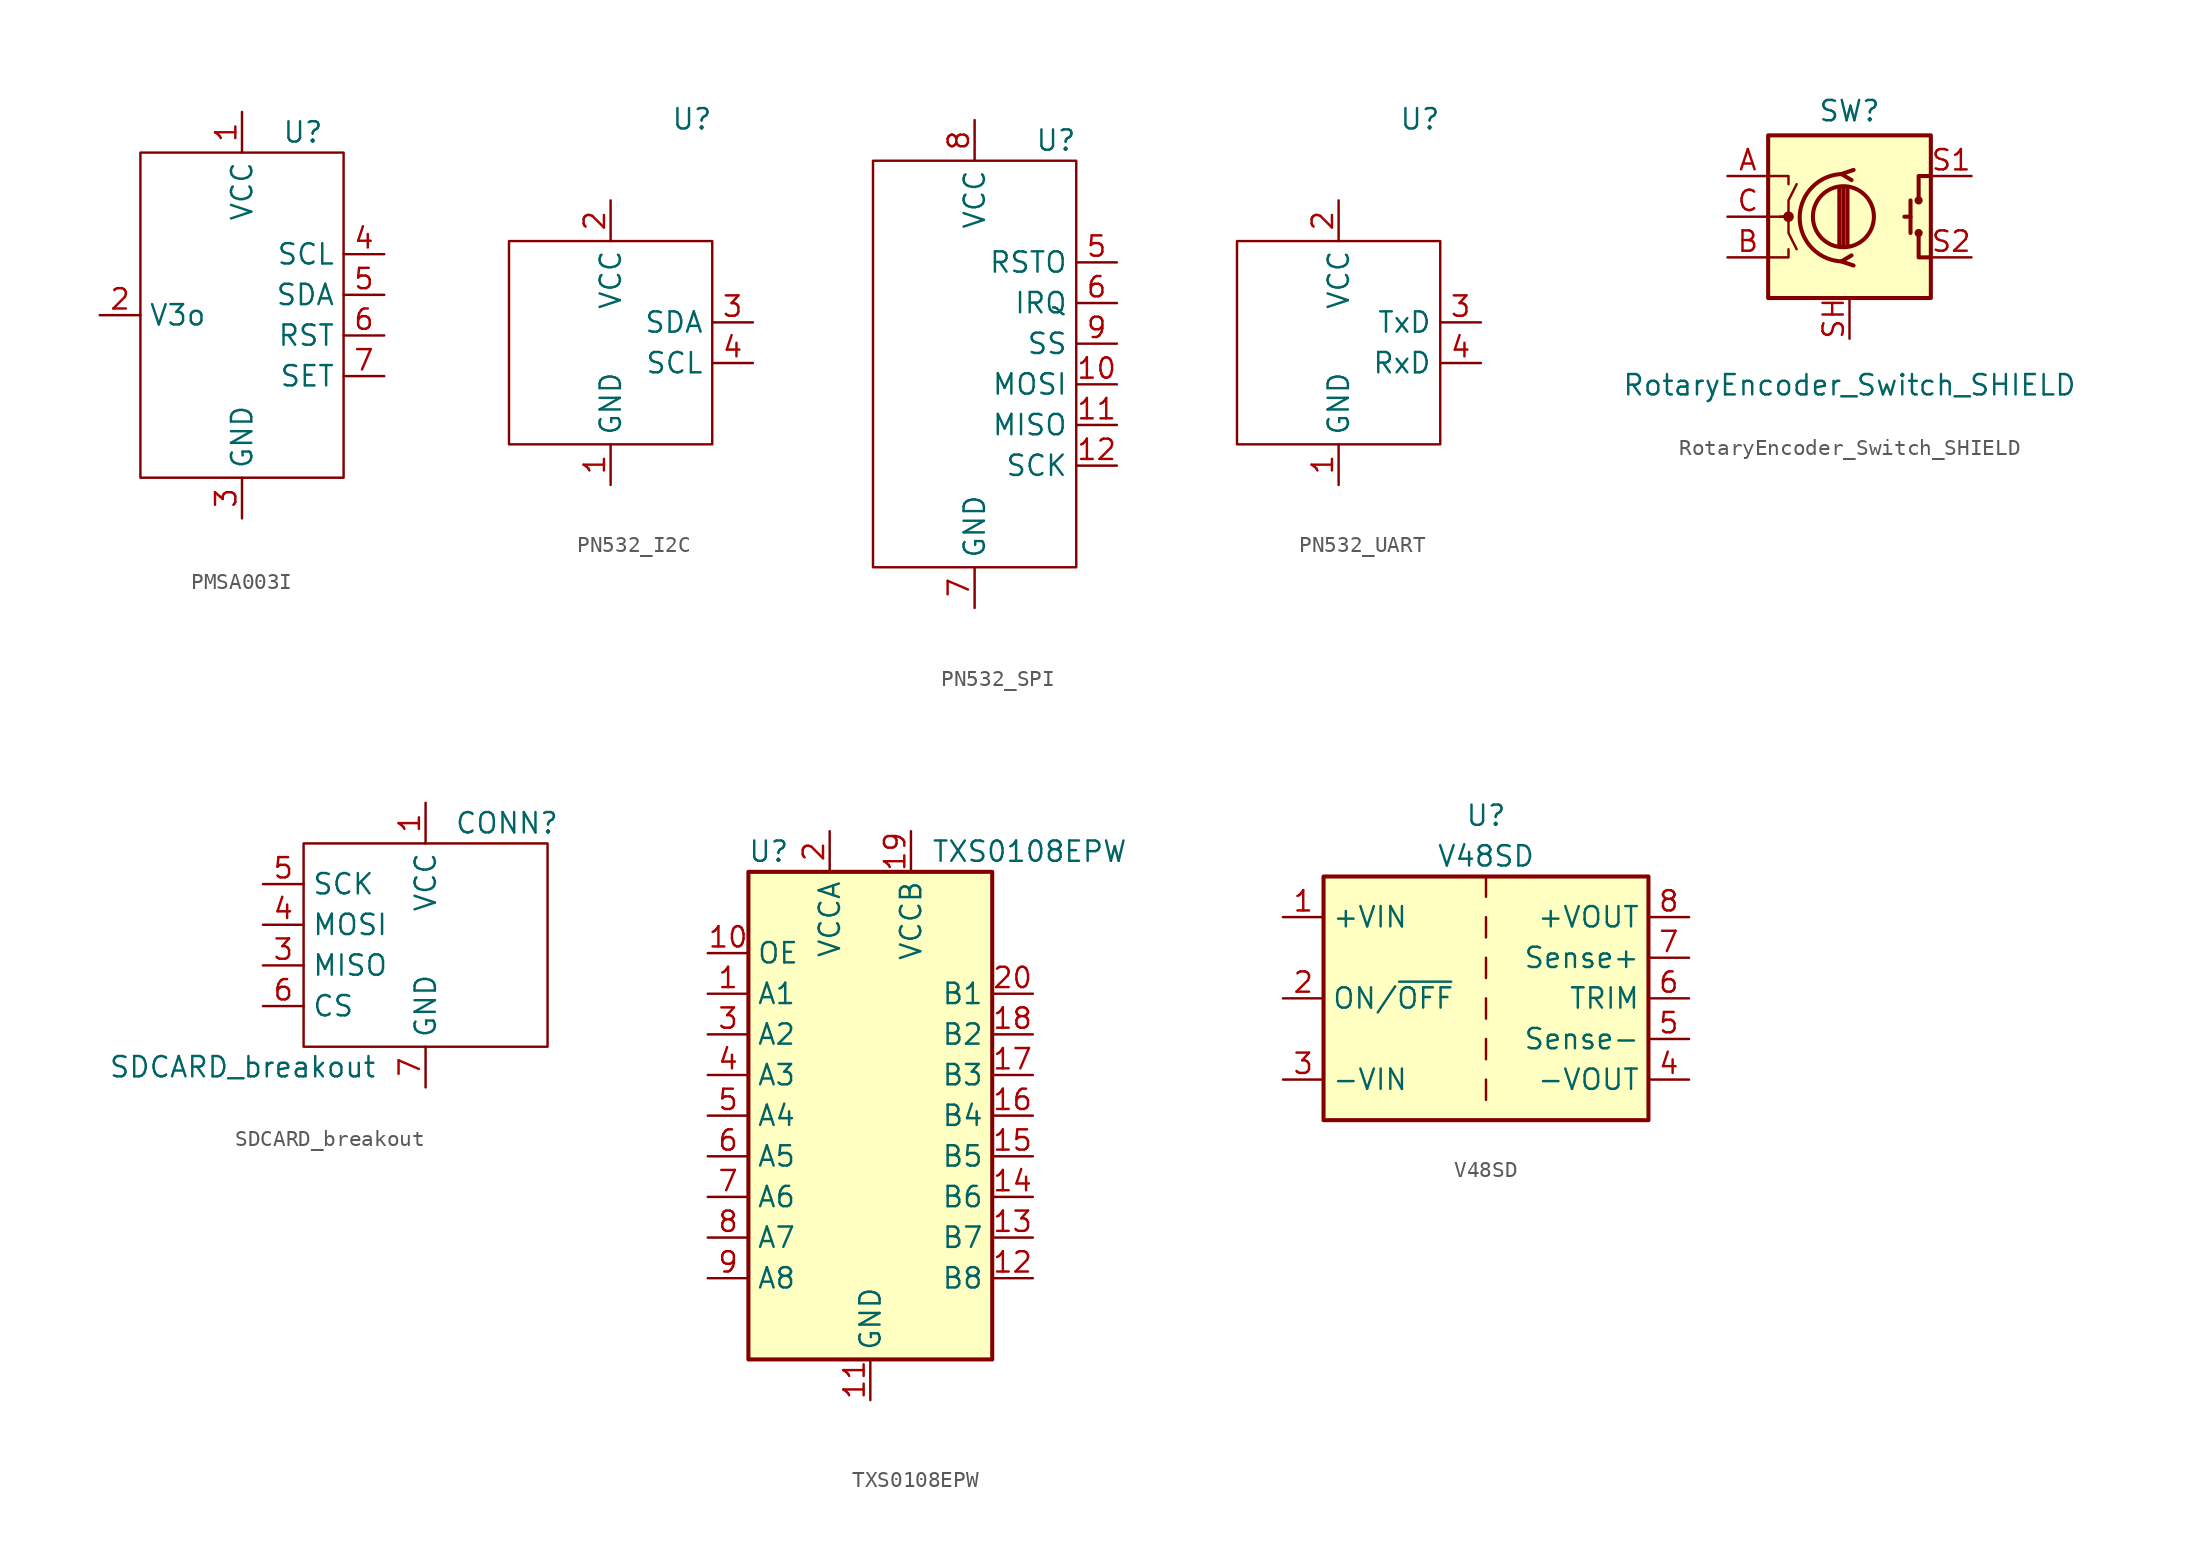
<source format=kicad_sym>
(kicad_symbol_lib
  (version 20220914)
  (generator kicad_symbol_editor)
  (symbol "PMSA003I"
    (property "Reference" "U"
      (at 3.81 11.43 0)
      (effects (font (size 1.27 1.27))))
    (property "Value" ""
      (at 0 0 0)
      (effects (font (size 1.27 1.27))))
    (symbol "PMSA003I_0_1"
      (rectangle (start -6.35 10.16) (end 6.35 -10.16) (stroke (width 0) (type default)) (fill (type none))))
    (symbol "PMSA003I_1_1"
      (pin power_in line (at 0 12.7 270) (length 2.54) (name "VCC" (effects (font (size 1.27 1.27)))) (number "1" (effects (font (size 1.27 1.27)))))
      (pin power_out line (at -8.89 0 0) (length 2.54) (name "V3o" (effects (font (size 1.27 1.27)))) (number "2" (effects (font (size 1.27 1.27)))))
      (pin power_in line (at 0 -12.7 90) (length 2.54) (name "GND" (effects (font (size 1.27 1.27)))) (number "3" (effects (font (size 1.27 1.27)))))
      (pin input line (at 8.89 3.81 180) (length 2.54) (name "SCL" (effects (font (size 1.27 1.27)))) (number "4" (effects (font (size 1.27 1.27)))))
      (pin bidirectional line (at 8.89 1.27 180) (length 2.54) (name "SDA" (effects (font (size 1.27 1.27)))) (number "5" (effects (font (size 1.27 1.27)))))
      (pin input line (at 8.89 -1.27 180) (length 2.54) (name "RST" (effects (font (size 1.27 1.27)))) (number "6" (effects (font (size 1.27 1.27)))))
      (pin input line (at 8.89 -3.81 180) (length 2.54) (name "SET" (effects (font (size 1.27 1.27)))) (number "7" (effects (font (size 1.27 1.27)))))))
  (symbol "PN532_I2C"
    (property "Reference" "U"
      (at 5.08 13.97 0)
      (effects (font (size 1.27 1.27))))
    (property "Value" ""
      (at 0 0 0)
      (effects (font (size 1.27 1.27))))
    (symbol "PN532_I2C_0_1"
      (rectangle (start -6.35 6.35) (end 6.35 -6.35) (stroke (width 0) (type default)) (fill (type none))))
    (symbol "PN532_I2C_1_1"
      (pin power_in line (at 0 -8.89 90) (length 2.54) (name "GND" (effects (font (size 1.27 1.27)))) (number "1" (effects (font (size 1.27 1.27)))))
      (pin power_in line (at 0 8.89 270) (length 2.54) (name "VCC" (effects (font (size 1.27 1.27)))) (number "2" (effects (font (size 1.27 1.27)))))
      (pin bidirectional line (at 8.89 1.27 180) (length 2.54) (name "SDA" (effects (font (size 1.27 1.27)))) (number "3" (effects (font (size 1.27 1.27)))))
      (pin bidirectional line (at 8.89 -1.27 180) (length 2.54) (name "SCL" (effects (font (size 1.27 1.27)))) (number "4" (effects (font (size 1.27 1.27)))))))
  (symbol "PN532_SPI"
    (property "Reference" "U"
      (at 5.08 13.97 0)
      (effects (font (size 1.27 1.27))))
    (property "Value" ""
      (at 0 0 0)
      (effects (font (size 1.27 1.27))))
    (symbol "PN532_SPI_0_1"
      (rectangle (start -6.35 12.7) (end 6.35 -12.7) (stroke (width 0) (type default)) (fill (type none))))
    (symbol "PN532_SPI_1_1"
      (pin input line (at 8.89 -1.27 180) (length 2.54) (name "MOSI" (effects (font (size 1.27 1.27)))) (number "10" (effects (font (size 1.27 1.27)))))
      (pin output line (at 8.89 -3.81 180) (length 2.54) (name "MISO" (effects (font (size 1.27 1.27)))) (number "11" (effects (font (size 1.27 1.27)))))
      (pin input line (at 8.89 -6.35 180) (length 2.54) (name "SCK" (effects (font (size 1.27 1.27)))) (number "12" (effects (font (size 1.27 1.27)))))
      (pin input line (at 8.89 6.35 180) (length 2.54) (name "RSTO" (effects (font (size 1.27 1.27)))) (number "5" (effects (font (size 1.27 1.27)))))
      (pin open_collector line (at 8.89 3.81 180) (length 2.54) (name "IRQ" (effects (font (size 1.27 1.27)))) (number "6" (effects (font (size 1.27 1.27)))))
      (pin power_in line (at 0 -15.24 90) (length 2.54) (name "GND" (effects (font (size 1.27 1.27)))) (number "7" (effects (font (size 1.27 1.27)))))
      (pin power_in line (at 0 15.24 270) (length 2.54) (name "VCC" (effects (font (size 1.27 1.27)))) (number "8" (effects (font (size 1.27 1.27)))))
      (pin input line (at 8.89 1.27 180) (length 2.54) (name "SS" (effects (font (size 1.27 1.27)))) (number "9" (effects (font (size 1.27 1.27)))))))
  (symbol "PN532_UART"
    (property "Reference" "U"
      (at 5.08 13.97 0)
      (effects (font (size 1.27 1.27))))
    (property "Value" ""
      (at 0 0 0)
      (effects (font (size 1.27 1.27))))
    (symbol "PN532_UART_0_1"
      (rectangle (start -6.35 6.35) (end 6.35 -6.35) (stroke (width 0) (type default)) (fill (type none))))
    (symbol "PN532_UART_1_1"
      (pin power_in line (at 0 -8.89 90) (length 2.54) (name "GND" (effects (font (size 1.27 1.27)))) (number "1" (effects (font (size 1.27 1.27)))))
      (pin power_in line (at 0 8.89 270) (length 2.54) (name "VCC" (effects (font (size 1.27 1.27)))) (number "2" (effects (font (size 1.27 1.27)))))
      (pin bidirectional line (at 8.89 1.27 180) (length 2.54) (name "TxD" (effects (font (size 1.27 1.27)))) (number "3" (effects (font (size 1.27 1.27)))))
      (pin bidirectional line (at 8.89 -1.27 180) (length 2.54) (name "RxD" (effects (font (size 1.27 1.27)))) (number "4" (effects (font (size 1.27 1.27)))))))
  (symbol "RotaryEncoder_Switch_SHIELD"
    (pin_names
      (offset 0.254) hide)
    (property "Reference" "SW"
      (at 0 6.604 0)
      (effects (font (size 1.27 1.27))))
    (property "Value" "RotaryEncoder_Switch_SHIELD"
      (at 0 -10.516 0)
      (effects (font (size 1.27 1.27))))
    (symbol "RotaryEncoder_Switch_SHIELD_0_1"
      (rectangle (start -5.08 5.08) (end 5.08 -5.08) (stroke (width 0.254) (type default)) (fill (type background)))
      (circle (center -3.81 0) (radius 0.254) (stroke (width 0) (type default)) (fill (type outline)))
      (circle (center -0.381 0) (radius 1.905) (stroke (width 0.254) (type default)) (fill (type none)))
      (arc (start -0.381 2.667) (mid -3.0988 -0.0635) (end -0.381 -2.794) (stroke (width 0.254) (type default)) (fill (type none)))
      (polyline (pts (xy -0.635 -1.778) (xy -0.635 1.778)) (stroke (width 0.254) (type default)) (fill (type none)))
      (polyline (pts (xy -0.381 -1.778) (xy -0.381 1.778)) (stroke (width 0.254) (type default)) (fill (type none)))
      (polyline (pts (xy -0.127 1.778) (xy -0.127 -1.778)) (stroke (width 0.254) (type default)) (fill (type none)))
      (polyline (pts (xy 3.81 0) (xy 3.429 0)) (stroke (width 0.254) (type default)) (fill (type none)))
      (polyline (pts (xy 3.81 1.016) (xy 3.81 -1.016)) (stroke (width 0.254) (type default)) (fill (type none)))
      (polyline (pts (xy -5.08 -2.54) (xy -3.81 -2.54) (xy -3.81 -2.032)) (stroke (width 0) (type default)) (fill (type none)))
      (polyline (pts (xy -5.08 2.54) (xy -3.81 2.54) (xy -3.81 2.032)) (stroke (width 0) (type default)) (fill (type none)))
      (polyline (pts (xy 0.254 -3.048) (xy -0.508 -2.794) (xy 0.127 -2.413)) (stroke (width 0.254) (type default)) (fill (type none)))
      (polyline (pts (xy 0.254 2.921) (xy -0.508 2.667) (xy 0.127 2.286)) (stroke (width 0.254) (type default)) (fill (type none)))
      (polyline (pts (xy 5.08 -2.54) (xy 4.318 -2.54) (xy 4.318 -1.016)) (stroke (width 0.254) (type default)) (fill (type none)))
      (polyline (pts (xy 5.08 2.54) (xy 4.318 2.54) (xy 4.318 1.016)) (stroke (width 0.254) (type default)) (fill (type none)))
      (polyline (pts (xy -5.08 0) (xy -3.81 0) (xy -3.81 -1.016) (xy -3.302 -2.032)) (stroke (width 0) (type default)) (fill (type none)))
      (polyline (pts (xy -4.318 0) (xy -3.81 0) (xy -3.81 1.016) (xy -3.302 2.032)) (stroke (width 0) (type default)) (fill (type none)))
      (circle (center 4.318 -1.016) (radius 0.127) (stroke (width 0.254) (type default)) (fill (type none)))
      (circle (center 4.318 1.016) (radius 0.127) (stroke (width 0.254) (type default)) (fill (type none))))
    (symbol "RotaryEncoder_Switch_SHIELD_1_1"
      (pin passive line (at -7.62 2.54 0) (length 2.54) (name "A" (effects (font (size 1.27 1.27)))) (number "A" (effects (font (size 1.27 1.27)))))
      (pin passive line (at -7.62 -2.54 0) (length 2.54) (name "B" (effects (font (size 1.27 1.27)))) (number "B" (effects (font (size 1.27 1.27)))))
      (pin passive line (at -7.62 0 0) (length 2.54) (name "C" (effects (font (size 1.27 1.27)))) (number "C" (effects (font (size 1.27 1.27)))))
      (pin passive line (at 7.62 2.54 180) (length 2.54) (name "S1" (effects (font (size 1.27 1.27)))) (number "S1" (effects (font (size 1.27 1.27)))))
      (pin passive line (at 7.62 -2.54 180) (length 2.54) (name "S2" (effects (font (size 1.27 1.27)))) (number "S2" (effects (font (size 1.27 1.27)))))
      (pin passive line (at 0 -7.62 90) (length 2.54) (name "S2" (effects (font (size 1.27 1.27)))) (number "SH" (effects (font (size 1.27 1.27)))))))
  (symbol "SDCARD_breakout"
    (property "Reference" "CONN"
      (at 5.08 7.62 0)
      (effects (font (size 1.27 1.27))))
    (property "Value" "SDCARD_breakout"
      (at -11.43 -7.62 0)
      (effects (font (size 1.27 1.27))))
    (symbol "SDCARD_breakout_0_1"
      (rectangle (start -7.62 6.35) (end 7.62 -6.35) (stroke (width 0) (type default)) (fill (type none))))
    (symbol "SDCARD_breakout_1_1"
      (pin power_in line (at 0 8.89 270) (length 2.54) (name "VCC" (effects (font (size 1.27 1.27)))) (number "1" (effects (font (size 1.27 1.27)))))
      (pin tri_state line (at -10.16 -1.27 0) (length 2.54) (name "MISO" (effects (font (size 1.27 1.27)))) (number "3" (effects (font (size 1.27 1.27)))))
      (pin input line (at -10.16 1.27 0) (length 2.54) (name "MOSI" (effects (font (size 1.27 1.27)))) (number "4" (effects (font (size 1.27 1.27)))))
      (pin input line (at -10.16 3.81 0) (length 2.54) (name "SCK" (effects (font (size 1.27 1.27)))) (number "5" (effects (font (size 1.27 1.27)))))
      (pin input line (at -10.16 -3.81 0) (length 2.54) (name "CS" (effects (font (size 1.27 1.27)))) (number "6" (effects (font (size 1.27 1.27)))))
      (pin power_in line (at 0 -8.89 90) (length 2.54) (name "GND" (effects (font (size 1.27 1.27)))) (number "7" (effects (font (size 1.27 1.27)))))))
  (symbol "TXS0108EPW"
    (property "Reference" "U"
      (at -6.35 16.51 0)
      (effects (font (size 1.27 1.27))))
    (property "Value" "TXS0108EPW"
      (at 3.81 16.51 0)
      (effects (font (size 1.27 1.27)) (justify left)))
    (symbol "TXS0108EPW_0_1"
      (rectangle (start -7.62 15.24) (end 7.62 -15.24) (stroke (width 0.254) (type default)) (fill (type background))))
    (symbol "TXS0108EPW_1_1"
      (pin bidirectional line (at -10.16 7.62 0) (length 2.54) (name "A1" (effects (font (size 1.27 1.27)))) (number "1" (effects (font (size 1.27 1.27)))))
      (pin input line (at -10.16 10.16 0) (length 2.54) (name "OE" (effects (font (size 1.27 1.27)))) (number "10" (effects (font (size 1.27 1.27)))))
      (pin power_in line (at 0 -17.78 90) (length 2.54) (name "GND" (effects (font (size 1.27 1.27)))) (number "11" (effects (font (size 1.27 1.27)))))
      (pin bidirectional line (at 10.16 -10.16 180) (length 2.54) (name "B8" (effects (font (size 1.27 1.27)))) (number "12" (effects (font (size 1.27 1.27)))))
      (pin bidirectional line (at 10.16 -7.62 180) (length 2.54) (name "B7" (effects (font (size 1.27 1.27)))) (number "13" (effects (font (size 1.27 1.27)))))
      (pin bidirectional line (at 10.16 -5.08 180) (length 2.54) (name "B6" (effects (font (size 1.27 1.27)))) (number "14" (effects (font (size 1.27 1.27)))))
      (pin bidirectional line (at 10.16 -2.54 180) (length 2.54) (name "B5" (effects (font (size 1.27 1.27)))) (number "15" (effects (font (size 1.27 1.27)))))
      (pin bidirectional line (at 10.16 0 180) (length 2.54) (name "B4" (effects (font (size 1.27 1.27)))) (number "16" (effects (font (size 1.27 1.27)))))
      (pin bidirectional line (at 10.16 2.54 180) (length 2.54) (name "B3" (effects (font (size 1.27 1.27)))) (number "17" (effects (font (size 1.27 1.27)))))
      (pin bidirectional line (at 10.16 5.08 180) (length 2.54) (name "B2" (effects (font (size 1.27 1.27)))) (number "18" (effects (font (size 1.27 1.27)))))
      (pin power_in line (at 2.54 17.78 270) (length 2.54) (name "VCCB" (effects (font (size 1.27 1.27)))) (number "19" (effects (font (size 1.27 1.27)))))
      (pin power_in line (at -2.54 17.78 270) (length 2.54) (name "VCCA" (effects (font (size 1.27 1.27)))) (number "2" (effects (font (size 1.27 1.27)))))
      (pin bidirectional line (at 10.16 7.62 180) (length 2.54) (name "B1" (effects (font (size 1.27 1.27)))) (number "20" (effects (font (size 1.27 1.27)))))
      (pin bidirectional line (at -10.16 5.08 0) (length 2.54) (name "A2" (effects (font (size 1.27 1.27)))) (number "3" (effects (font (size 1.27 1.27)))))
      (pin bidirectional line (at -10.16 2.54 0) (length 2.54) (name "A3" (effects (font (size 1.27 1.27)))) (number "4" (effects (font (size 1.27 1.27)))))
      (pin bidirectional line (at -10.16 0 0) (length 2.54) (name "A4" (effects (font (size 1.27 1.27)))) (number "5" (effects (font (size 1.27 1.27)))))
      (pin bidirectional line (at -10.16 -2.54 0) (length 2.54) (name "A5" (effects (font (size 1.27 1.27)))) (number "6" (effects (font (size 1.27 1.27)))))
      (pin bidirectional line (at -10.16 -5.08 0) (length 2.54) (name "A6" (effects (font (size 1.27 1.27)))) (number "7" (effects (font (size 1.27 1.27)))))
      (pin bidirectional line (at -10.16 -7.62 0) (length 2.54) (name "A7" (effects (font (size 1.27 1.27)))) (number "8" (effects (font (size 1.27 1.27)))))
      (pin bidirectional line (at -10.16 -10.16 0) (length 2.54) (name "A8" (effects (font (size 1.27 1.27)))) (number "9" (effects (font (size 1.27 1.27)))))
      (pin power_in line (at 0 -17.78 90) (length 2.54) hide (name "GND" (effects (font (size 1.27 1.27)))) (number "M1" (effects (font (size 1.27 1.27)))))
      (pin power_in line (at 0 -17.78 90) (length 2.54) hide (name "GND" (effects (font (size 1.27 1.27)))) (number "M2" (effects (font (size 1.27 1.27)))))))
  (symbol "V48SD"
    (property "Reference" "U"
      (at 0 11.43 0)
      (effects (font (size 1.27 1.27))))
    (property "Value" "V48SD"
      (at 0 8.89 0)
      (effects (font (size 1.27 1.27))))
    (symbol "V48SD_0_1"
      (rectangle (start -10.16 7.62) (end 10.16 -7.62) (stroke (width 0.254) (type default)) (fill (type background)))
      (polyline (pts (xy 0 -5.08) (xy 0 -6.35)) (stroke (width 0) (type default)) (fill (type none)))
      (polyline (pts (xy 0 -2.54) (xy 0 -3.81)) (stroke (width 0) (type default)) (fill (type none)))
      (polyline (pts (xy 0 0) (xy 0 -1.27)) (stroke (width 0) (type default)) (fill (type none)))
      (polyline (pts (xy 0 2.54) (xy 0 1.27)) (stroke (width 0) (type default)) (fill (type none)))
      (polyline (pts (xy 0 5.08) (xy 0 3.81)) (stroke (width 0) (type default)) (fill (type none)))
      (polyline (pts (xy 0 7.62) (xy 0 6.35)) (stroke (width 0) (type default)) (fill (type none))))
    (symbol "V48SD_1_1"
      (pin power_in line (at -12.7 5.08 0) (length 2.54) (name "+VIN" (effects (font (size 1.27 1.27)))) (number "1" (effects (font (size 1.27 1.27)))))
      (pin input line (at -12.7 0 0) (length 2.54) (name "ON/~{OFF}" (effects (font (size 1.27 1.27)))) (number "2" (effects (font (size 1.27 1.27)))))
      (pin power_in line (at -12.7 -5.08 0) (length 2.54) (name "-VIN" (effects (font (size 1.27 1.27)))) (number "3" (effects (font (size 1.27 1.27)))))
      (pin power_out line (at 12.7 -5.08 180) (length 2.54) (name "-VOUT" (effects (font (size 1.27 1.27)))) (number "4" (effects (font (size 1.27 1.27)))))
      (pin input line (at 12.7 -2.54 180) (length 2.54) (name "Sense-" (effects (font (size 1.27 1.27)))) (number "5" (effects (font (size 1.27 1.27)))))
      (pin passive line (at 12.7 0 180) (length 2.54) (name "TRIM" (effects (font (size 1.27 1.27)))) (number "6" (effects (font (size 1.27 1.27)))))
      (pin input line (at 12.7 2.54 180) (length 2.54) (name "Sense+" (effects (font (size 1.27 1.27)))) (number "7" (effects (font (size 1.27 1.27)))))
      (pin power_out line (at 12.7 5.08 180) (length 2.54) (name "+VOUT" (effects (font (size 1.27 1.27)))) (number "8" (effects (font (size 1.27 1.27))))))))
</source>
